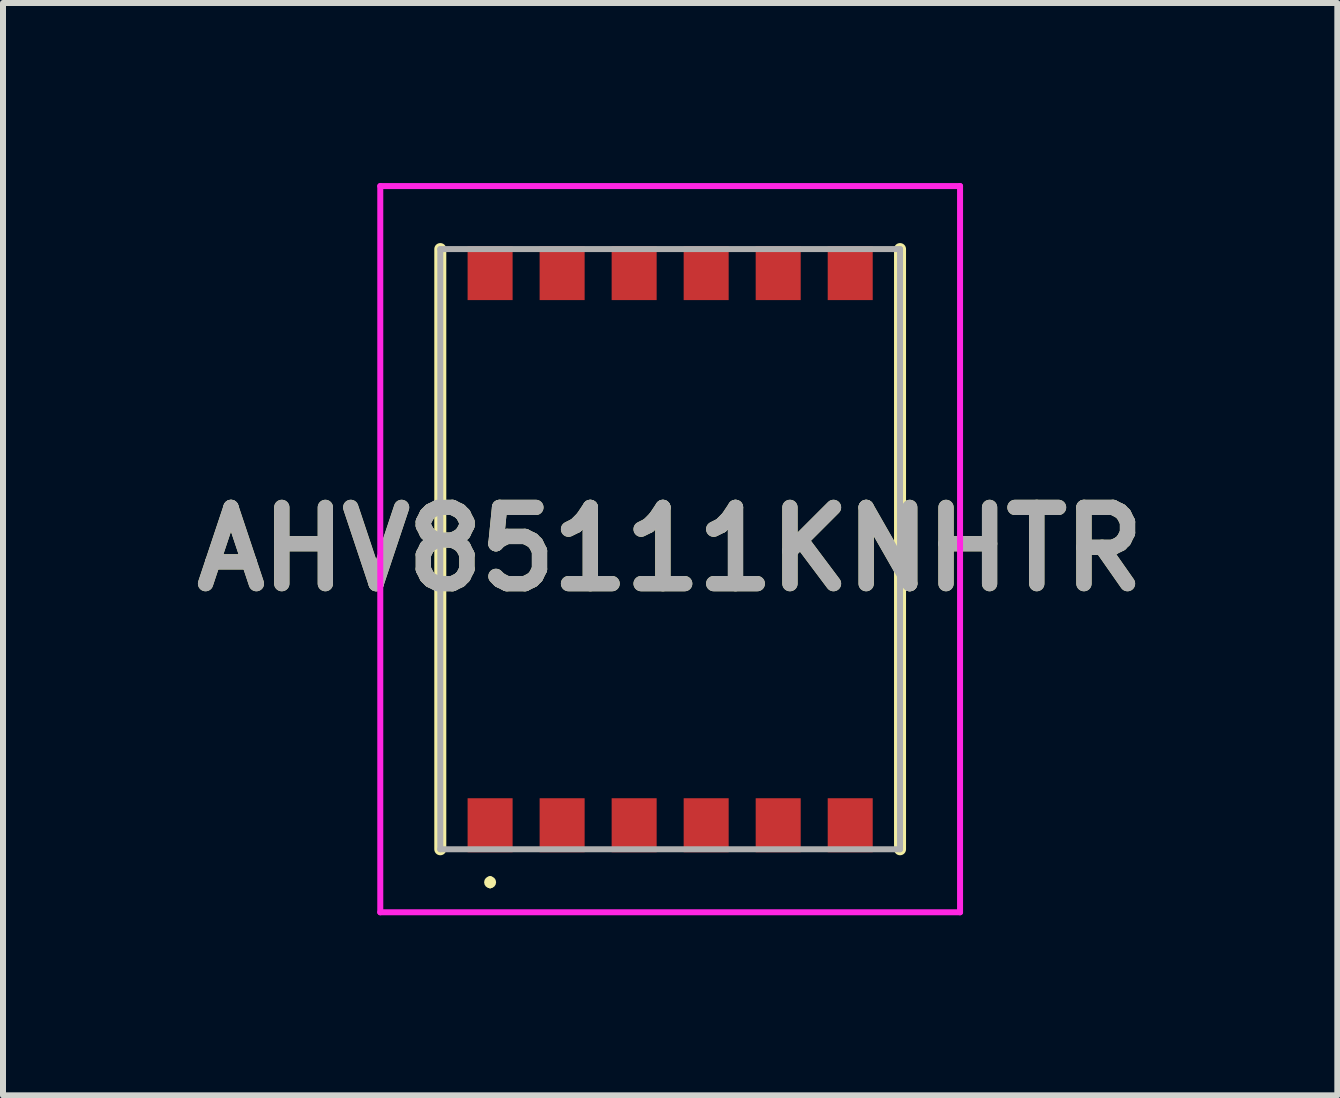
<source format=kicad_pcb>
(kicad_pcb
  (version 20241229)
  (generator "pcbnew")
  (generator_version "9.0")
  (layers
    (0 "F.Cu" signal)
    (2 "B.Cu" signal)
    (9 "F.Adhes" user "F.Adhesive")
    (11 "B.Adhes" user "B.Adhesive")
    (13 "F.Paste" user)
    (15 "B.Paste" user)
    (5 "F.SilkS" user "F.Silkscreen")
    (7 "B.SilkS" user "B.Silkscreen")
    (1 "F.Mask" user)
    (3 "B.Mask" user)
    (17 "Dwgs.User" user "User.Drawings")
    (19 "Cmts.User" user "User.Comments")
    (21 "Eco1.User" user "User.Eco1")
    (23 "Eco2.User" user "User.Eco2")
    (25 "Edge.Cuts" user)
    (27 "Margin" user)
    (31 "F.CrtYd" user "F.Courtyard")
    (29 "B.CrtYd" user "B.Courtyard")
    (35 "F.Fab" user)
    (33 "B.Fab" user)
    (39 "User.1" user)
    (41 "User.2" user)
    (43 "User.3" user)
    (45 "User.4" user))
  (footprint "AHV85111KNHTR"
    (layer "F.Cu")
    (at 8.116 6.1)
    (property "Reference" "AHV85111KNHTR" (at 0 0 0) (layer "F.SilkS") (effects (font (size 1.27 1.27) (thickness 0.254))))
    (attr smd)
    (fp_line (start -3.83 -5) (end -3.83 5) (stroke (width 0.2) (type solid)) (layer "F.SilkS"))
    (fp_line (start -3 5.5) (end -3 5.5) (stroke (width 0.1) (type solid)) (layer "F.SilkS"))
    (fp_line (start -3 5.6) (end -3 5.6) (stroke (width 0.1) (type solid)) (layer "F.SilkS"))
    (fp_line (start 3.83 -5) (end 3.83 5) (stroke (width 0.2) (type solid)) (layer "F.SilkS"))
    (fp_arc (start -3 5.5) (mid -2.95 5.55) (end -3 5.6) (stroke (width 0.1) (type solid)) (layer "F.SilkS"))
    (fp_arc (start -3 5.6) (mid -3.05 5.55) (end -3 5.5) (stroke (width 0.1) (type solid)) (layer "F.SilkS"))
    (fp_line (start -4.83 -6.05) (end 4.83 -6.05) (stroke (width 0.1) (type solid)) (layer "F.CrtYd"))
    (fp_line (start -4.83 6.05) (end -4.83 -6.05) (stroke (width 0.1) (type solid)) (layer "F.CrtYd"))
    (fp_line (start 4.83 -6.05) (end 4.83 6.05) (stroke (width 0.1) (type solid)) (layer "F.CrtYd"))
    (fp_line (start 4.83 6.05) (end -4.83 6.05) (stroke (width 0.1) (type solid)) (layer "F.CrtYd"))
    (fp_line (start -3.83 -5) (end 3.83 -5) (stroke (width 0.1) (type solid)) (layer "F.Fab"))
    (fp_line (start -3.83 5) (end -3.83 -5) (stroke (width 0.1) (type solid)) (layer "F.Fab"))
    (fp_line (start 3.83 -5) (end 3.83 5) (stroke (width 0.1) (type solid)) (layer "F.Fab"))
    (fp_line (start 3.83 5) (end -3.83 5) (stroke (width 0.1) (type solid)) (layer "F.Fab"))
    (fp_text user "${REFERENCE}" (at 0 0 0) (layer "F.Fab") (effects (font (size 1.27 1.27) (thickness 0.254))))
    (pad "1" smd rect (at -3 4.6) (size 0.75 0.9) (layers "F.Cu" "F.Mask" "F.Paste"))
    (pad "2" smd rect (at -1.8 4.6) (size 0.75 0.9) (layers "F.Cu" "F.Mask" "F.Paste"))
    (pad "3" smd rect (at -0.6 4.6) (size 0.75 0.9) (layers "F.Cu" "F.Mask" "F.Paste"))
    (pad "4" smd rect (at 0.6 4.6) (size 0.75 0.9) (layers "F.Cu" "F.Mask" "F.Paste"))
    (pad "5" smd rect (at 1.8 4.6) (size 0.75 0.9) (layers "F.Cu" "F.Mask" "F.Paste"))
    (pad "6" smd rect (at 3 4.6) (size 0.75 0.9) (layers "F.Cu" "F.Mask" "F.Paste"))
    (pad "7" smd rect (at 3 -4.6) (size 0.75 0.9) (layers "F.Cu" "F.Mask" "F.Paste"))
    (pad "8" smd rect (at 1.8 -4.6) (size 0.75 0.9) (layers "F.Cu" "F.Mask" "F.Paste"))
    (pad "9" smd rect (at 0.6 -4.6) (size 0.75 0.9) (layers "F.Cu" "F.Mask" "F.Paste"))
    (pad "10" smd rect (at -0.6 -4.6) (size 0.75 0.9) (layers "F.Cu" "F.Mask" "F.Paste"))
    (pad "11" smd rect (at -1.8 -4.6) (size 0.75 0.9) (layers "F.Cu" "F.Mask" "F.Paste"))
    (pad "12" smd rect (at -3 -4.6) (size 0.75 0.9) (layers "F.Cu" "F.Mask" "F.Paste")))
  (gr_rect
    (start -3 -3)
    (end 19.232 15.2)
    (stroke (width 0.1) (type default))
    (fill no)
    (layer "Edge.Cuts")))
</source>
